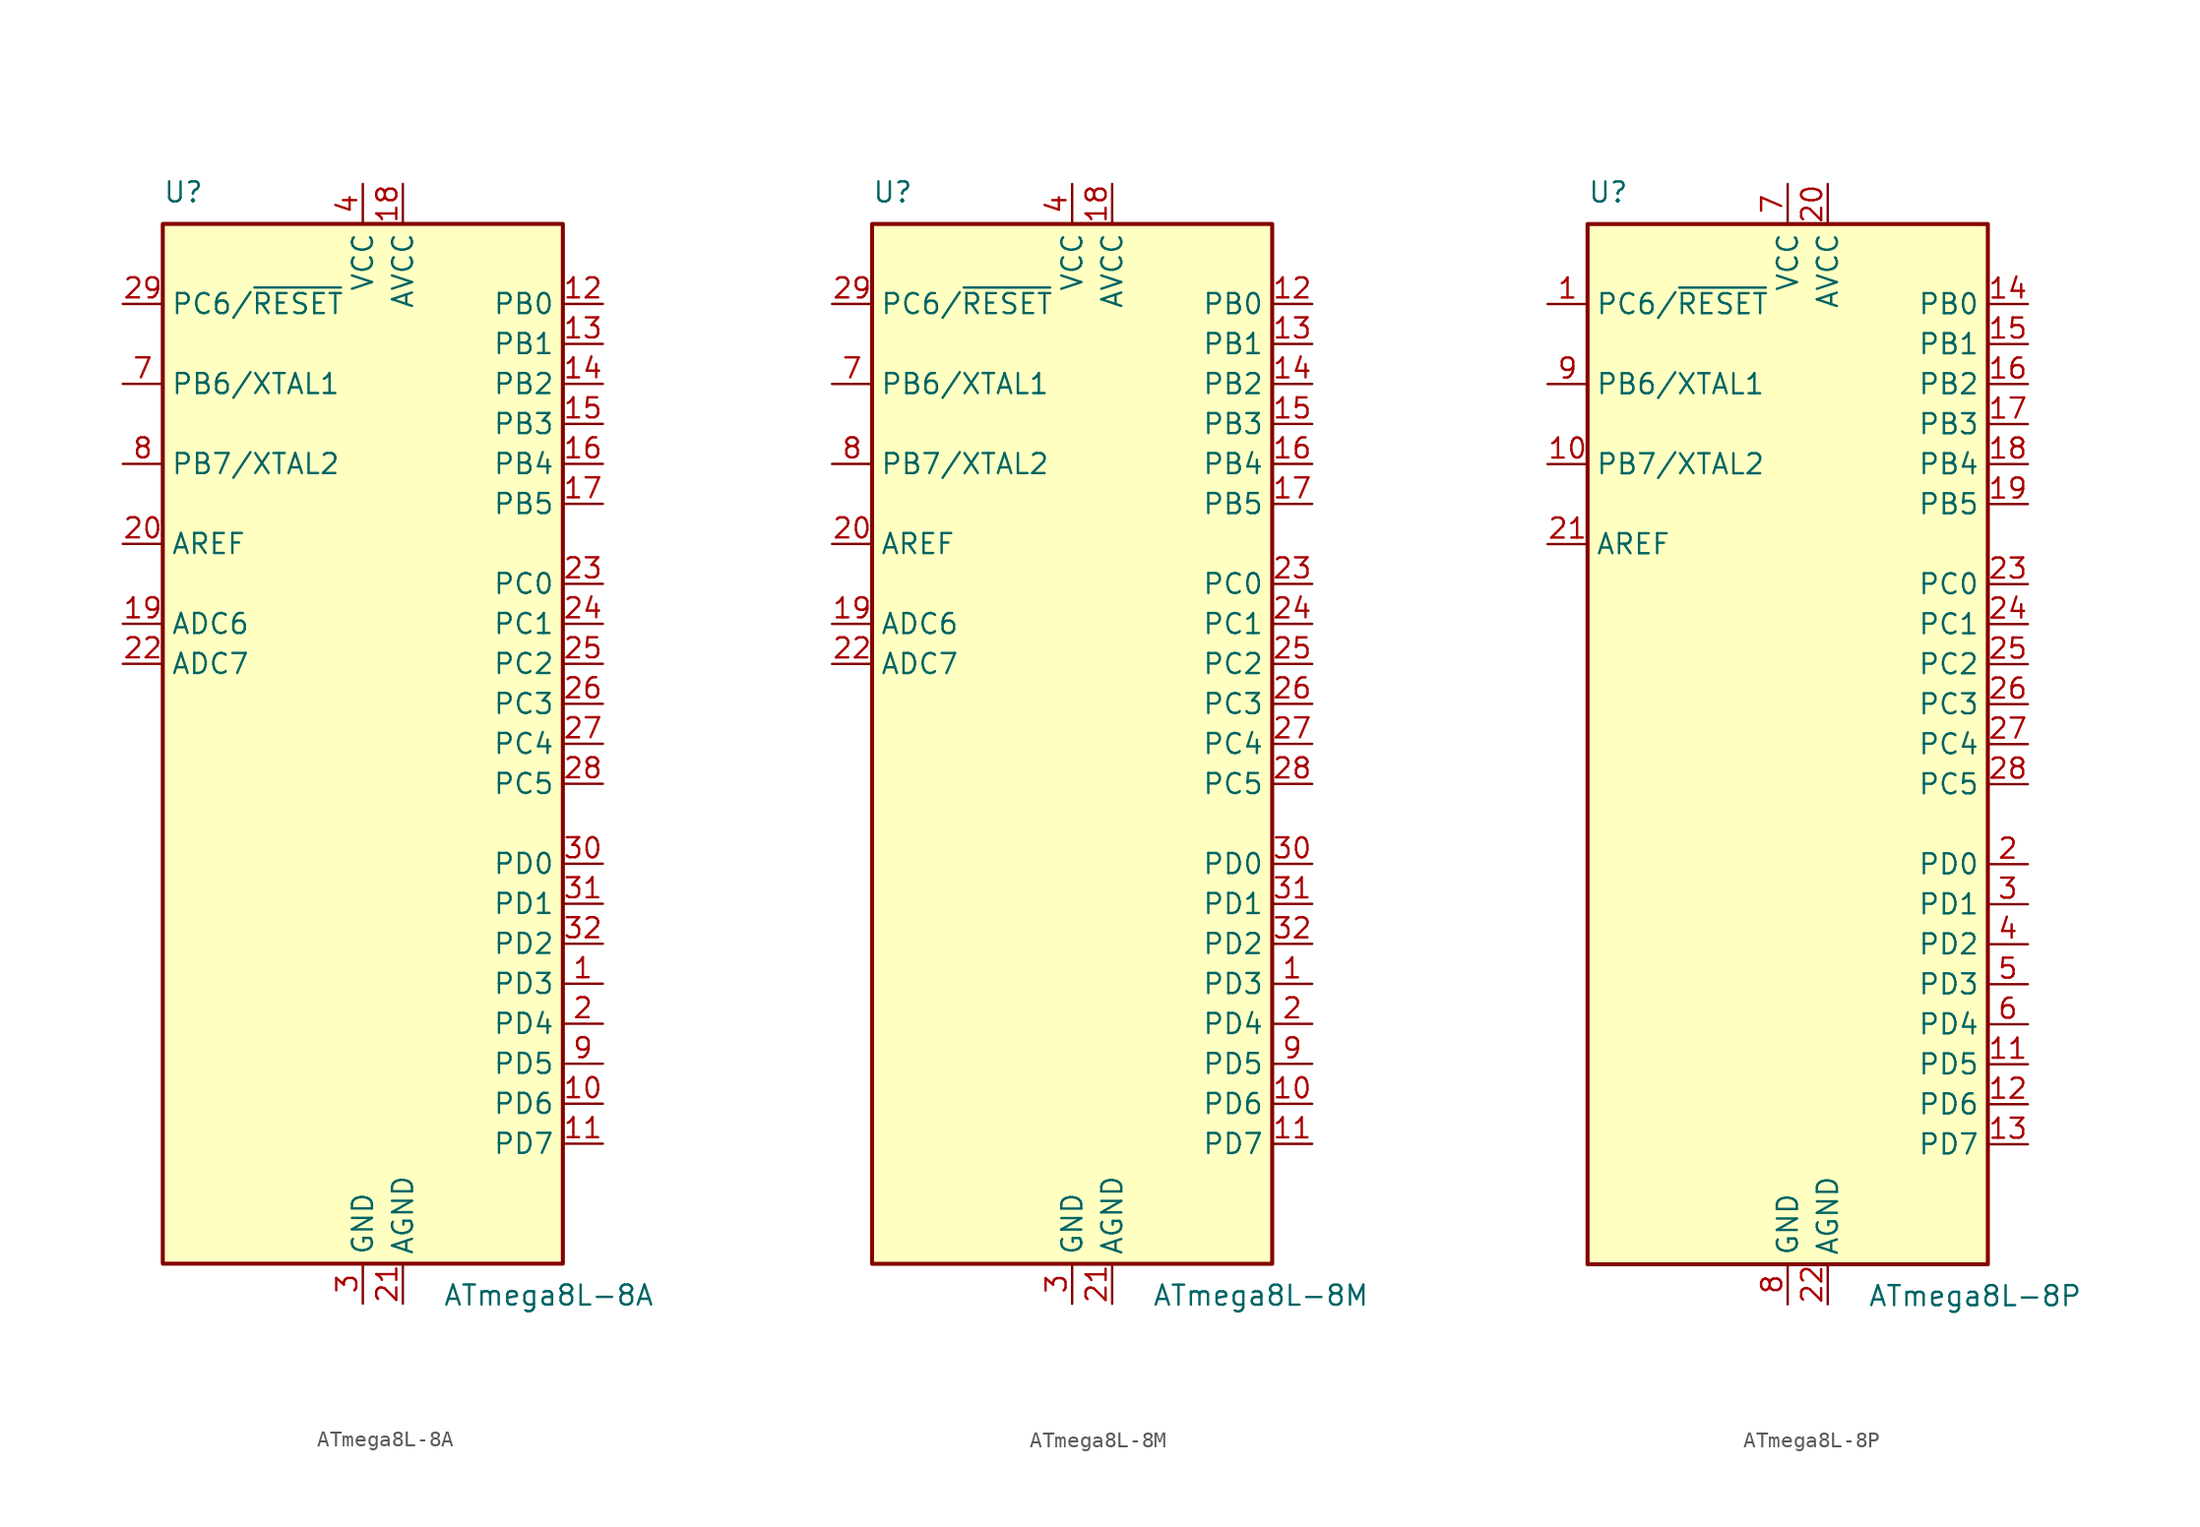
<source format=kicad_sym>
(kicad_symbol_lib
  (version 20201005)
  (generator kicad_symbol_editor)
  (symbol "ATmega8L-8A"
    (property "Reference" "U"
      (at -12.7 34.29 0)
      (effects (font (size 1.27 1.27)) (justify left bottom)))
    (property "Value" "ATmega8L-8A"
      (at 5.08 -34.29 0)
      (effects (font (size 1.27 1.27)) (justify left top)))
    (symbol "ATmega8L-8A_0_1"
      (rectangle (start -12.7 -33.02) (end 12.7 33.02) (stroke (width 0.254)) (fill (type background))))
    (symbol "ATmega8L-8A_1_1"
      (pin bidirectional line (at 15.24 -15.24 180) (length 2.54) (name "PD3" (effects (font (size 1.27 1.27)))) (number "1" (effects (font (size 1.27 1.27)))))
      (pin bidirectional line (at 15.24 -22.86 180) (length 2.54) (name "PD6" (effects (font (size 1.27 1.27)))) (number "10" (effects (font (size 1.27 1.27)))))
      (pin bidirectional line (at 15.24 -25.4 180) (length 2.54) (name "PD7" (effects (font (size 1.27 1.27)))) (number "11" (effects (font (size 1.27 1.27)))))
      (pin bidirectional line (at 15.24 27.94 180) (length 2.54) (name "PB0" (effects (font (size 1.27 1.27)))) (number "12" (effects (font (size 1.27 1.27)))))
      (pin bidirectional line (at 15.24 25.4 180) (length 2.54) (name "PB1" (effects (font (size 1.27 1.27)))) (number "13" (effects (font (size 1.27 1.27)))))
      (pin bidirectional line (at 15.24 22.86 180) (length 2.54) (name "PB2" (effects (font (size 1.27 1.27)))) (number "14" (effects (font (size 1.27 1.27)))))
      (pin bidirectional line (at 15.24 20.32 180) (length 2.54) (name "PB3" (effects (font (size 1.27 1.27)))) (number "15" (effects (font (size 1.27 1.27)))))
      (pin bidirectional line (at 15.24 17.78 180) (length 2.54) (name "PB4" (effects (font (size 1.27 1.27)))) (number "16" (effects (font (size 1.27 1.27)))))
      (pin bidirectional line (at 15.24 15.24 180) (length 2.54) (name "PB5" (effects (font (size 1.27 1.27)))) (number "17" (effects (font (size 1.27 1.27)))))
      (pin power_in line (at 2.54 35.56 270) (length 2.54) (name "AVCC" (effects (font (size 1.27 1.27)))) (number "18" (effects (font (size 1.27 1.27)))))
      (pin input line (at -15.24 7.62 0) (length 2.54) (name "ADC6" (effects (font (size 1.27 1.27)))) (number "19" (effects (font (size 1.27 1.27)))))
      (pin bidirectional line (at 15.24 -17.78 180) (length 2.54) (name "PD4" (effects (font (size 1.27 1.27)))) (number "2" (effects (font (size 1.27 1.27)))))
      (pin passive line (at -15.24 12.7 0) (length 2.54) (name "AREF" (effects (font (size 1.27 1.27)))) (number "20" (effects (font (size 1.27 1.27)))))
      (pin power_in line (at 2.54 -35.56 90) (length 2.54) (name "AGND" (effects (font (size 1.27 1.27)))) (number "21" (effects (font (size 1.27 1.27)))))
      (pin input line (at -15.24 5.08 0) (length 2.54) (name "ADC7" (effects (font (size 1.27 1.27)))) (number "22" (effects (font (size 1.27 1.27)))))
      (pin bidirectional line (at 15.24 10.16 180) (length 2.54) (name "PC0" (effects (font (size 1.27 1.27)))) (number "23" (effects (font (size 1.27 1.27)))))
      (pin bidirectional line (at 15.24 7.62 180) (length 2.54) (name "PC1" (effects (font (size 1.27 1.27)))) (number "24" (effects (font (size 1.27 1.27)))))
      (pin bidirectional line (at 15.24 5.08 180) (length 2.54) (name "PC2" (effects (font (size 1.27 1.27)))) (number "25" (effects (font (size 1.27 1.27)))))
      (pin bidirectional line (at 15.24 2.54 180) (length 2.54) (name "PC3" (effects (font (size 1.27 1.27)))) (number "26" (effects (font (size 1.27 1.27)))))
      (pin bidirectional line (at 15.24 0 180) (length 2.54) (name "PC4" (effects (font (size 1.27 1.27)))) (number "27" (effects (font (size 1.27 1.27)))))
      (pin bidirectional line (at 15.24 -2.54 180) (length 2.54) (name "PC5" (effects (font (size 1.27 1.27)))) (number "28" (effects (font (size 1.27 1.27)))))
      (pin bidirectional line (at -15.24 27.94 0) (length 2.54) (name "PC6/~RESET" (effects (font (size 1.27 1.27)))) (number "29" (effects (font (size 1.27 1.27)))))
      (pin power_in line (at 0 -35.56 90) (length 2.54) (name "GND" (effects (font (size 1.27 1.27)))) (number "3" (effects (font (size 1.27 1.27)))))
      (pin bidirectional line (at 15.24 -7.62 180) (length 2.54) (name "PD0" (effects (font (size 1.27 1.27)))) (number "30" (effects (font (size 1.27 1.27)))))
      (pin bidirectional line (at 15.24 -10.16 180) (length 2.54) (name "PD1" (effects (font (size 1.27 1.27)))) (number "31" (effects (font (size 1.27 1.27)))))
      (pin bidirectional line (at 15.24 -12.7 180) (length 2.54) (name "PD2" (effects (font (size 1.27 1.27)))) (number "32" (effects (font (size 1.27 1.27)))))
      (pin power_in line (at 0 35.56 270) (length 2.54) (name "VCC" (effects (font (size 1.27 1.27)))) (number "4" (effects (font (size 1.27 1.27)))))
      (pin passive line (at 0 -35.56 90) (length 2.54) hide (name "GND" (effects (font (size 1.27 1.27)))) (number "5" (effects (font (size 1.27 1.27)))))
      (pin passive line (at 0 35.56 270) (length 2.54) hide (name "VCC" (effects (font (size 1.27 1.27)))) (number "6" (effects (font (size 1.27 1.27)))))
      (pin bidirectional line (at -15.24 22.86 0) (length 2.54) (name "PB6/XTAL1" (effects (font (size 1.27 1.27)))) (number "7" (effects (font (size 1.27 1.27)))))
      (pin bidirectional line (at -15.24 17.78 0) (length 2.54) (name "PB7/XTAL2" (effects (font (size 1.27 1.27)))) (number "8" (effects (font (size 1.27 1.27)))))
      (pin bidirectional line (at 15.24 -20.32 180) (length 2.54) (name "PD5" (effects (font (size 1.27 1.27)))) (number "9" (effects (font (size 1.27 1.27)))))))
  (symbol "ATmega8L-8M"
    (property "Reference" "U"
      (at -12.7 34.29 0)
      (effects (font (size 1.27 1.27)) (justify left bottom)))
    (property "Value" "ATmega8L-8M"
      (at 5.08 -34.29 0)
      (effects (font (size 1.27 1.27)) (justify left top)))
    (symbol "ATmega8L-8M_0_1"
      (rectangle (start -12.7 -33.02) (end 12.7 33.02) (stroke (width 0.254)) (fill (type background))))
    (symbol "ATmega8L-8M_1_1"
      (pin bidirectional line (at 15.24 -15.24 180) (length 2.54) (name "PD3" (effects (font (size 1.27 1.27)))) (number "1" (effects (font (size 1.27 1.27)))))
      (pin bidirectional line (at 15.24 -22.86 180) (length 2.54) (name "PD6" (effects (font (size 1.27 1.27)))) (number "10" (effects (font (size 1.27 1.27)))))
      (pin bidirectional line (at 15.24 -25.4 180) (length 2.54) (name "PD7" (effects (font (size 1.27 1.27)))) (number "11" (effects (font (size 1.27 1.27)))))
      (pin bidirectional line (at 15.24 27.94 180) (length 2.54) (name "PB0" (effects (font (size 1.27 1.27)))) (number "12" (effects (font (size 1.27 1.27)))))
      (pin bidirectional line (at 15.24 25.4 180) (length 2.54) (name "PB1" (effects (font (size 1.27 1.27)))) (number "13" (effects (font (size 1.27 1.27)))))
      (pin bidirectional line (at 15.24 22.86 180) (length 2.54) (name "PB2" (effects (font (size 1.27 1.27)))) (number "14" (effects (font (size 1.27 1.27)))))
      (pin bidirectional line (at 15.24 20.32 180) (length 2.54) (name "PB3" (effects (font (size 1.27 1.27)))) (number "15" (effects (font (size 1.27 1.27)))))
      (pin bidirectional line (at 15.24 17.78 180) (length 2.54) (name "PB4" (effects (font (size 1.27 1.27)))) (number "16" (effects (font (size 1.27 1.27)))))
      (pin bidirectional line (at 15.24 15.24 180) (length 2.54) (name "PB5" (effects (font (size 1.27 1.27)))) (number "17" (effects (font (size 1.27 1.27)))))
      (pin power_in line (at 2.54 35.56 270) (length 2.54) (name "AVCC" (effects (font (size 1.27 1.27)))) (number "18" (effects (font (size 1.27 1.27)))))
      (pin input line (at -15.24 7.62 0) (length 2.54) (name "ADC6" (effects (font (size 1.27 1.27)))) (number "19" (effects (font (size 1.27 1.27)))))
      (pin bidirectional line (at 15.24 -17.78 180) (length 2.54) (name "PD4" (effects (font (size 1.27 1.27)))) (number "2" (effects (font (size 1.27 1.27)))))
      (pin passive line (at -15.24 12.7 0) (length 2.54) (name "AREF" (effects (font (size 1.27 1.27)))) (number "20" (effects (font (size 1.27 1.27)))))
      (pin power_in line (at 2.54 -35.56 90) (length 2.54) (name "AGND" (effects (font (size 1.27 1.27)))) (number "21" (effects (font (size 1.27 1.27)))))
      (pin input line (at -15.24 5.08 0) (length 2.54) (name "ADC7" (effects (font (size 1.27 1.27)))) (number "22" (effects (font (size 1.27 1.27)))))
      (pin bidirectional line (at 15.24 10.16 180) (length 2.54) (name "PC0" (effects (font (size 1.27 1.27)))) (number "23" (effects (font (size 1.27 1.27)))))
      (pin bidirectional line (at 15.24 7.62 180) (length 2.54) (name "PC1" (effects (font (size 1.27 1.27)))) (number "24" (effects (font (size 1.27 1.27)))))
      (pin bidirectional line (at 15.24 5.08 180) (length 2.54) (name "PC2" (effects (font (size 1.27 1.27)))) (number "25" (effects (font (size 1.27 1.27)))))
      (pin bidirectional line (at 15.24 2.54 180) (length 2.54) (name "PC3" (effects (font (size 1.27 1.27)))) (number "26" (effects (font (size 1.27 1.27)))))
      (pin bidirectional line (at 15.24 0 180) (length 2.54) (name "PC4" (effects (font (size 1.27 1.27)))) (number "27" (effects (font (size 1.27 1.27)))))
      (pin bidirectional line (at 15.24 -2.54 180) (length 2.54) (name "PC5" (effects (font (size 1.27 1.27)))) (number "28" (effects (font (size 1.27 1.27)))))
      (pin bidirectional line (at -15.24 27.94 0) (length 2.54) (name "PC6/~RESET" (effects (font (size 1.27 1.27)))) (number "29" (effects (font (size 1.27 1.27)))))
      (pin power_in line (at 0 -35.56 90) (length 2.54) (name "GND" (effects (font (size 1.27 1.27)))) (number "3" (effects (font (size 1.27 1.27)))))
      (pin bidirectional line (at 15.24 -7.62 180) (length 2.54) (name "PD0" (effects (font (size 1.27 1.27)))) (number "30" (effects (font (size 1.27 1.27)))))
      (pin bidirectional line (at 15.24 -10.16 180) (length 2.54) (name "PD1" (effects (font (size 1.27 1.27)))) (number "31" (effects (font (size 1.27 1.27)))))
      (pin bidirectional line (at 15.24 -12.7 180) (length 2.54) (name "PD2" (effects (font (size 1.27 1.27)))) (number "32" (effects (font (size 1.27 1.27)))))
      (pin passive line (at 0 -35.56 90) (length 2.54) hide (name "GND" (effects (font (size 1.27 1.27)))) (number "33" (effects (font (size 1.27 1.27)))))
      (pin power_in line (at 0 35.56 270) (length 2.54) (name "VCC" (effects (font (size 1.27 1.27)))) (number "4" (effects (font (size 1.27 1.27)))))
      (pin passive line (at 0 -35.56 90) (length 2.54) hide (name "GND" (effects (font (size 1.27 1.27)))) (number "5" (effects (font (size 1.27 1.27)))))
      (pin passive line (at 0 35.56 270) (length 2.54) hide (name "VCC" (effects (font (size 1.27 1.27)))) (number "6" (effects (font (size 1.27 1.27)))))
      (pin bidirectional line (at -15.24 22.86 0) (length 2.54) (name "PB6/XTAL1" (effects (font (size 1.27 1.27)))) (number "7" (effects (font (size 1.27 1.27)))))
      (pin bidirectional line (at -15.24 17.78 0) (length 2.54) (name "PB7/XTAL2" (effects (font (size 1.27 1.27)))) (number "8" (effects (font (size 1.27 1.27)))))
      (pin bidirectional line (at 15.24 -20.32 180) (length 2.54) (name "PD5" (effects (font (size 1.27 1.27)))) (number "9" (effects (font (size 1.27 1.27)))))))
  (symbol "ATmega8L-8P"
    (property "Reference" "U"
      (at -12.7 34.29 0)
      (effects (font (size 1.27 1.27)) (justify left bottom)))
    (property "Value" "ATmega8L-8P"
      (at 5.08 -34.29 0)
      (effects (font (size 1.27 1.27)) (justify left top)))
    (symbol "ATmega8L-8P_0_1"
      (rectangle (start -12.7 -33.02) (end 12.7 33.02) (stroke (width 0.254)) (fill (type background))))
    (symbol "ATmega8L-8P_1_1"
      (pin bidirectional line (at -15.24 27.94 0) (length 2.54) (name "PC6/~RESET" (effects (font (size 1.27 1.27)))) (number "1" (effects (font (size 1.27 1.27)))))
      (pin bidirectional line (at -15.24 17.78 0) (length 2.54) (name "PB7/XTAL2" (effects (font (size 1.27 1.27)))) (number "10" (effects (font (size 1.27 1.27)))))
      (pin bidirectional line (at 15.24 -20.32 180) (length 2.54) (name "PD5" (effects (font (size 1.27 1.27)))) (number "11" (effects (font (size 1.27 1.27)))))
      (pin bidirectional line (at 15.24 -22.86 180) (length 2.54) (name "PD6" (effects (font (size 1.27 1.27)))) (number "12" (effects (font (size 1.27 1.27)))))
      (pin bidirectional line (at 15.24 -25.4 180) (length 2.54) (name "PD7" (effects (font (size 1.27 1.27)))) (number "13" (effects (font (size 1.27 1.27)))))
      (pin bidirectional line (at 15.24 27.94 180) (length 2.54) (name "PB0" (effects (font (size 1.27 1.27)))) (number "14" (effects (font (size 1.27 1.27)))))
      (pin bidirectional line (at 15.24 25.4 180) (length 2.54) (name "PB1" (effects (font (size 1.27 1.27)))) (number "15" (effects (font (size 1.27 1.27)))))
      (pin bidirectional line (at 15.24 22.86 180) (length 2.54) (name "PB2" (effects (font (size 1.27 1.27)))) (number "16" (effects (font (size 1.27 1.27)))))
      (pin bidirectional line (at 15.24 20.32 180) (length 2.54) (name "PB3" (effects (font (size 1.27 1.27)))) (number "17" (effects (font (size 1.27 1.27)))))
      (pin bidirectional line (at 15.24 17.78 180) (length 2.54) (name "PB4" (effects (font (size 1.27 1.27)))) (number "18" (effects (font (size 1.27 1.27)))))
      (pin bidirectional line (at 15.24 15.24 180) (length 2.54) (name "PB5" (effects (font (size 1.27 1.27)))) (number "19" (effects (font (size 1.27 1.27)))))
      (pin bidirectional line (at 15.24 -7.62 180) (length 2.54) (name "PD0" (effects (font (size 1.27 1.27)))) (number "2" (effects (font (size 1.27 1.27)))))
      (pin power_in line (at 2.54 35.56 270) (length 2.54) (name "AVCC" (effects (font (size 1.27 1.27)))) (number "20" (effects (font (size 1.27 1.27)))))
      (pin passive line (at -15.24 12.7 0) (length 2.54) (name "AREF" (effects (font (size 1.27 1.27)))) (number "21" (effects (font (size 1.27 1.27)))))
      (pin power_in line (at 2.54 -35.56 90) (length 2.54) (name "AGND" (effects (font (size 1.27 1.27)))) (number "22" (effects (font (size 1.27 1.27)))))
      (pin bidirectional line (at 15.24 10.16 180) (length 2.54) (name "PC0" (effects (font (size 1.27 1.27)))) (number "23" (effects (font (size 1.27 1.27)))))
      (pin bidirectional line (at 15.24 7.62 180) (length 2.54) (name "PC1" (effects (font (size 1.27 1.27)))) (number "24" (effects (font (size 1.27 1.27)))))
      (pin bidirectional line (at 15.24 5.08 180) (length 2.54) (name "PC2" (effects (font (size 1.27 1.27)))) (number "25" (effects (font (size 1.27 1.27)))))
      (pin bidirectional line (at 15.24 2.54 180) (length 2.54) (name "PC3" (effects (font (size 1.27 1.27)))) (number "26" (effects (font (size 1.27 1.27)))))
      (pin bidirectional line (at 15.24 0 180) (length 2.54) (name "PC4" (effects (font (size 1.27 1.27)))) (number "27" (effects (font (size 1.27 1.27)))))
      (pin bidirectional line (at 15.24 -2.54 180) (length 2.54) (name "PC5" (effects (font (size 1.27 1.27)))) (number "28" (effects (font (size 1.27 1.27)))))
      (pin bidirectional line (at 15.24 -10.16 180) (length 2.54) (name "PD1" (effects (font (size 1.27 1.27)))) (number "3" (effects (font (size 1.27 1.27)))))
      (pin bidirectional line (at 15.24 -12.7 180) (length 2.54) (name "PD2" (effects (font (size 1.27 1.27)))) (number "4" (effects (font (size 1.27 1.27)))))
      (pin bidirectional line (at 15.24 -15.24 180) (length 2.54) (name "PD3" (effects (font (size 1.27 1.27)))) (number "5" (effects (font (size 1.27 1.27)))))
      (pin bidirectional line (at 15.24 -17.78 180) (length 2.54) (name "PD4" (effects (font (size 1.27 1.27)))) (number "6" (effects (font (size 1.27 1.27)))))
      (pin power_in line (at 0 35.56 270) (length 2.54) (name "VCC" (effects (font (size 1.27 1.27)))) (number "7" (effects (font (size 1.27 1.27)))))
      (pin power_in line (at 0 -35.56 90) (length 2.54) (name "GND" (effects (font (size 1.27 1.27)))) (number "8" (effects (font (size 1.27 1.27)))))
      (pin bidirectional line (at -15.24 22.86 0) (length 2.54) (name "PB6/XTAL1" (effects (font (size 1.27 1.27)))) (number "9" (effects (font (size 1.27 1.27))))))))
</source>
